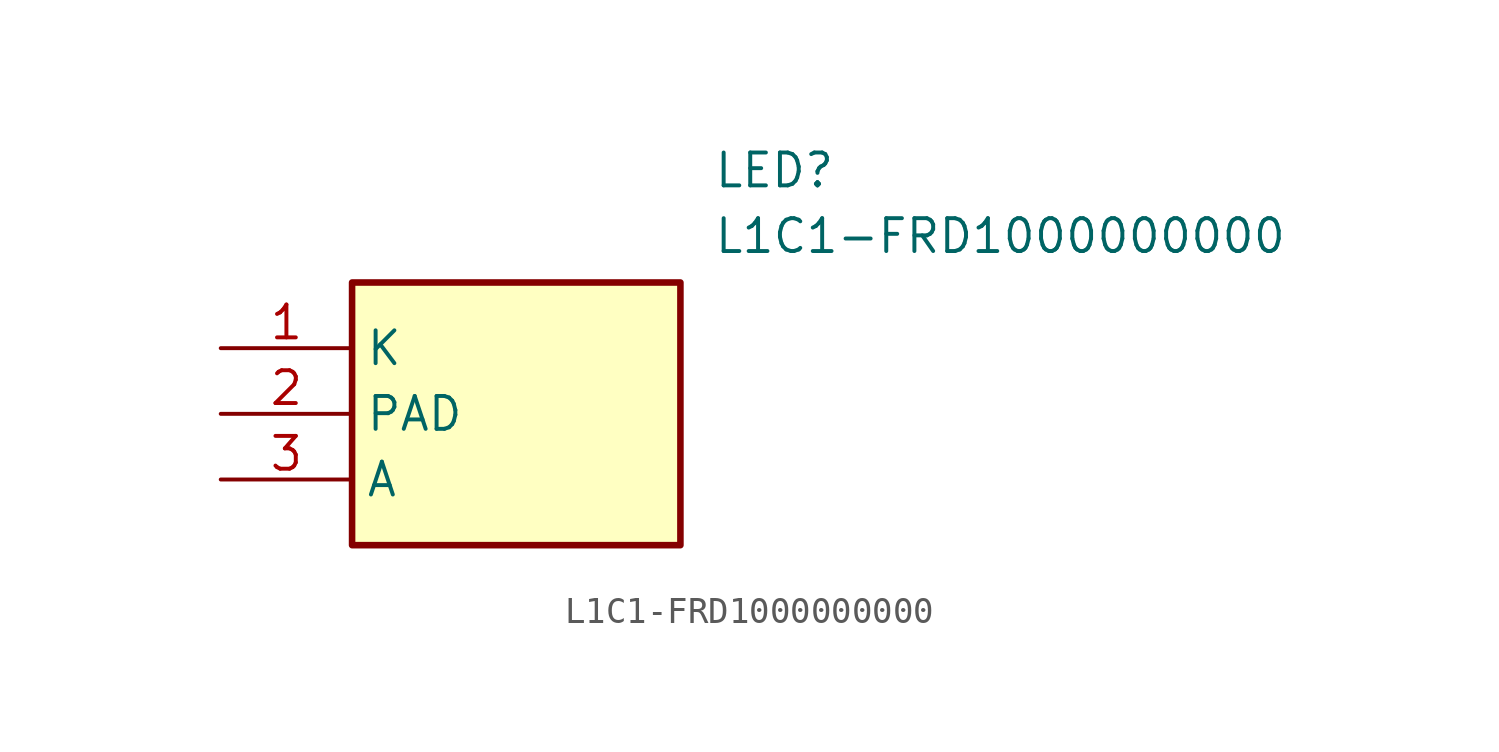
<source format=kicad_sym>
(kicad_symbol_lib
  (version 20211014)
  (generator SamacSys_ECAD_Model)
  (symbol "L1C1-FRD1000000000"
    (property "Reference" "LED"
      (at 19.05 7.62 0)
      (effects (font (size 1.27 1.27)) (justify left top)))
    (property "Value" "L1C1-FRD1000000000"
      (at 19.05 5.08 0)
      (effects (font (size 1.27 1.27)) (justify left top)))
    (rectangle
      (start 5.08 2.54)
      (end 17.78 -7.62)
      (stroke (width 0.254) (type default))
      (fill (type background)))
    (pin passive line
      (at 0 0 0)
      (length 5.08)
      (name "K" (effects (font (size 1.27 1.27))))
      (number "1" (effects (font (size 1.27 1.27)))))
    (pin passive line
      (at 0 -2.54 0)
      (length 5.08)
      (name "PAD" (effects (font (size 1.27 1.27))))
      (number "2" (effects (font (size 1.27 1.27)))))
    (pin passive line
      (at 0 -5.08 0)
      (length 5.08)
      (name "A" (effects (font (size 1.27 1.27))))
      (number "3" (effects (font (size 1.27 1.27)))))))
</source>
